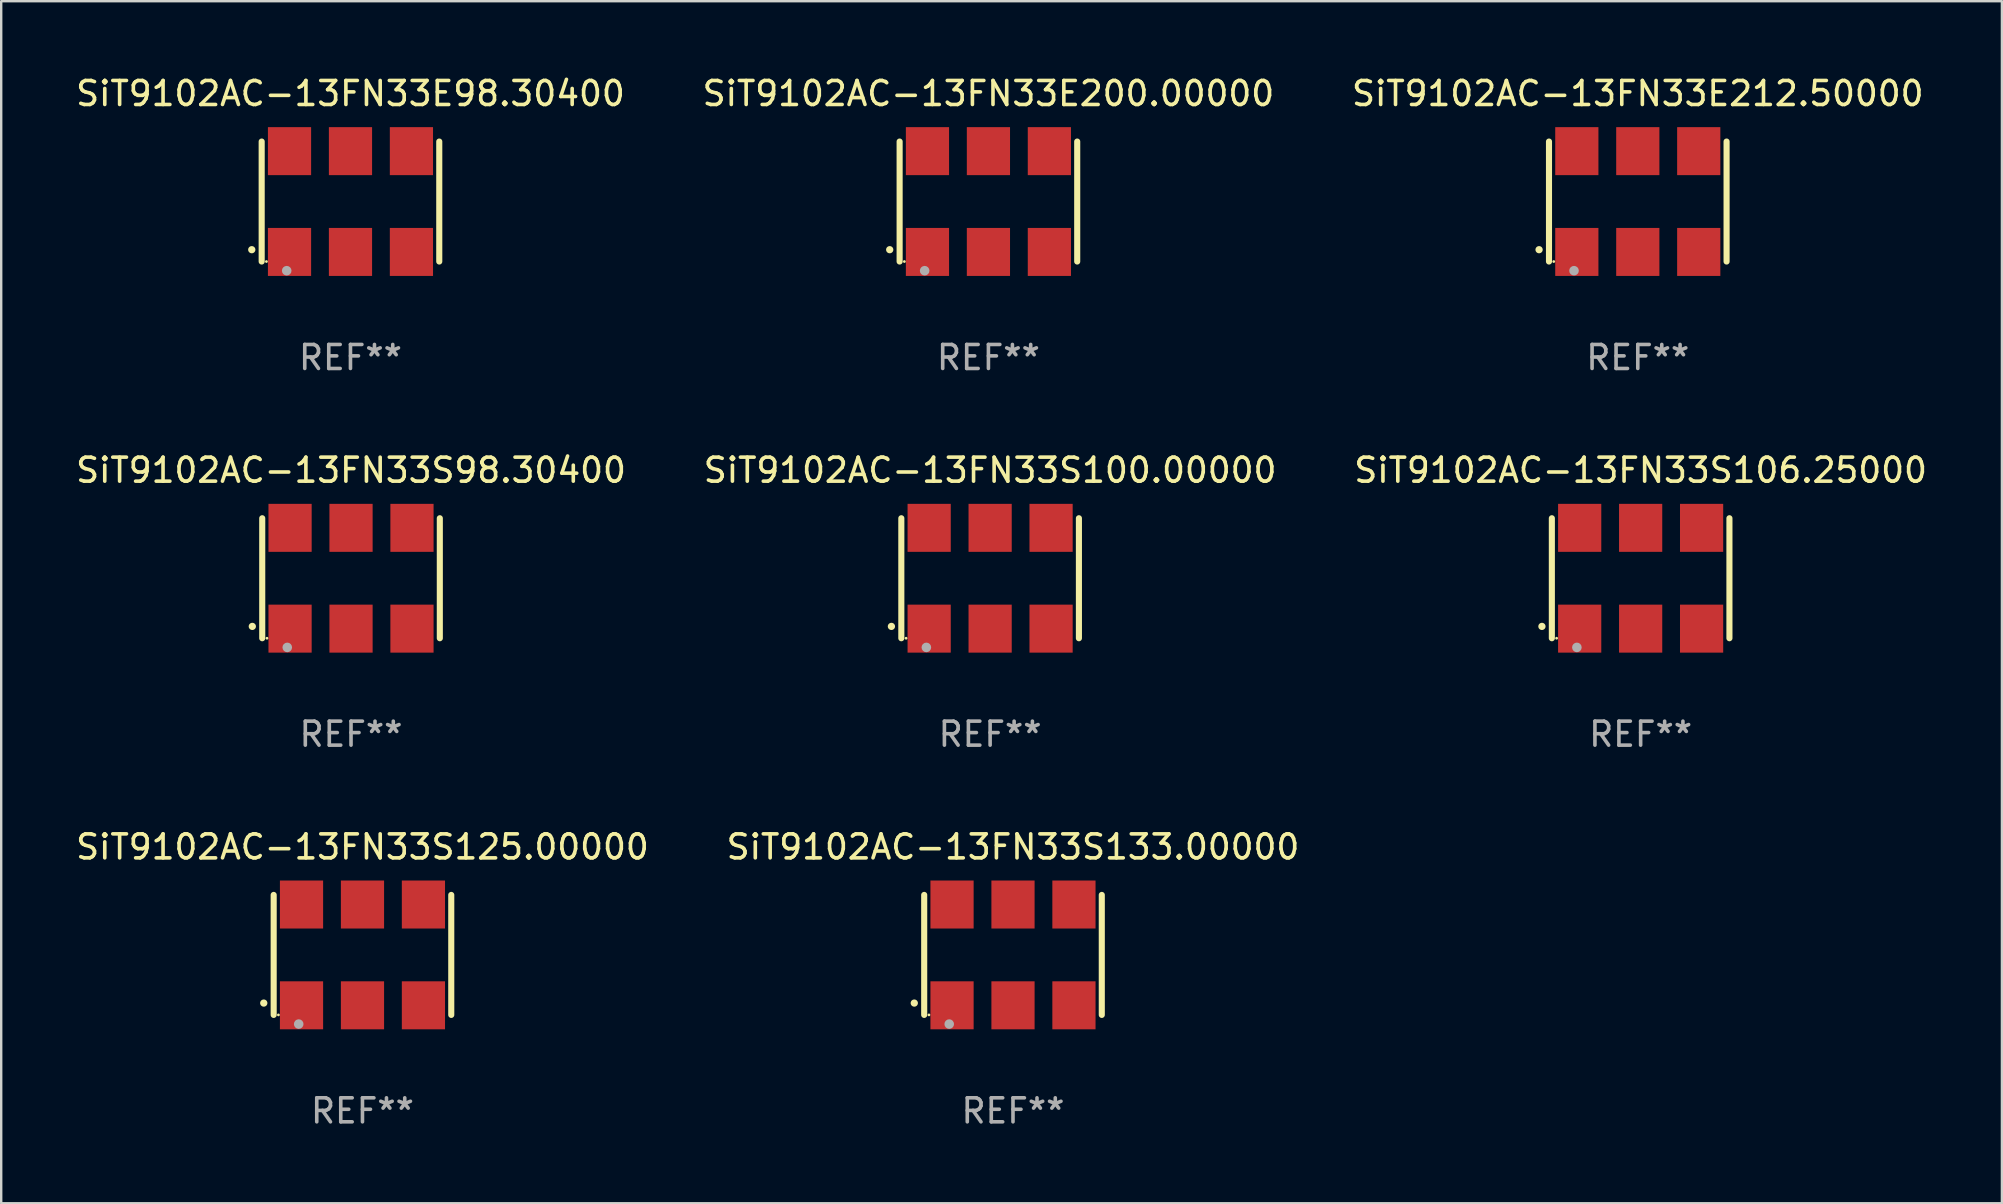
<source format=kicad_pcb>
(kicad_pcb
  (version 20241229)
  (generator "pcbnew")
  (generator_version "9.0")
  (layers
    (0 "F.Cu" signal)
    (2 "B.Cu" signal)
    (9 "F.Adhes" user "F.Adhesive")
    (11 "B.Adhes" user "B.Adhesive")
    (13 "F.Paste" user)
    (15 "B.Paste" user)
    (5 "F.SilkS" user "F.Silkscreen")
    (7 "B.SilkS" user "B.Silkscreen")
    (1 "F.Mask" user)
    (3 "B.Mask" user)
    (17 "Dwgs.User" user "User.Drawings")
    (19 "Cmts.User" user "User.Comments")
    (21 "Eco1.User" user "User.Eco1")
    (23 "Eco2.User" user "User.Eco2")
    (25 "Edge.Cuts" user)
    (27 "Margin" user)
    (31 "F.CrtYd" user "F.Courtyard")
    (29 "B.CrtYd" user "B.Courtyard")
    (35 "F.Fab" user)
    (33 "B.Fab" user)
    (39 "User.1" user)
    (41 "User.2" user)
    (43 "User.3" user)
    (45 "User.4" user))
  (footprint "SiT9102AC-13FN33E98.30400"
    (layer "F.Cu")
    (at 11.554 5.348)
    (property "Reference" "SiT9102AC-13FN33E98.30400" (at 0 -4.5 0) (layer "F.SilkS") (effects (font (size 1 1) (thickness 0.15))))
    (attr through_hole)
    (fp_line (start -3.7 -2.5) (end -3.7 2.5) (stroke (width 0.254) (type solid)) (layer "F.SilkS"))
    (fp_line (start 3.7 -2.5) (end 3.7 2.5) (stroke (width 0.254) (type solid)) (layer "F.SilkS"))
    (fp_arc (start -4.114415 2.006604) (mid -4.113145 2.006599) (end -4.111875 2.006604) (stroke (width 0.3) (type solid)) (layer "F.SilkS"))
    (fp_circle (center -3.502 2.5) (end -3.472 2.5) (stroke (width 0.06) (type solid)) (fill no) (layer "F.SilkS"))
    (fp_circle (center -2.657 2.882) (end -2.557 2.882) (stroke (width 0.2) (type solid)) (fill no) (layer "F.Fab"))
    (fp_text user "REF**" (at 0 6.5 0) (layer "F.Fab") (effects (font (size 1 1) (thickness 0.15))))
    (pad "1" smd rect (at -2.54 2.1) (size 1.8 2) (layers "F.Cu" "F.Mask" "F.Paste"))
    (pad "2" smd rect (at 0.000394 2.1) (size 1.8 2) (layers "F.Cu" "F.Mask" "F.Paste"))
    (pad "3" smd rect (at 2.54 2.1) (size 1.8 2) (layers "F.Cu" "F.Mask" "F.Paste"))
    (pad "4" smd rect (at 2.54 -2.1) (size 1.8 2) (layers "F.Cu" "F.Mask" "F.Paste"))
    (pad "5" smd rect (at 0.000394 -2.1) (size 1.8 2) (layers "F.Cu" "F.Mask" "F.Paste"))
    (pad "6" smd rect (at -2.54 -2.1) (size 1.8 2) (layers "F.Cu" "F.Mask" "F.Paste")))
  (footprint "SiT9102AC-13FN33S125.00000"
    (layer "F.Cu")
    (at 12.054 36.741)
    (property "Reference" "SiT9102AC-13FN33S125.00000" (at 0 -4.5 0) (layer "F.SilkS") (effects (font (size 1 1) (thickness 0.15))))
    (attr through_hole)
    (fp_line (start -3.7 -2.5) (end -3.7 2.5) (stroke (width 0.254) (type solid)) (layer "F.SilkS"))
    (fp_line (start 3.7 -2.5) (end 3.7 2.5) (stroke (width 0.254) (type solid)) (layer "F.SilkS"))
    (fp_arc (start -4.114415 2.006604) (mid -4.113145 2.006599) (end -4.111875 2.006604) (stroke (width 0.3) (type solid)) (layer "F.SilkS"))
    (fp_circle (center -3.502 2.5) (end -3.472 2.5) (stroke (width 0.06) (type solid)) (fill no) (layer "F.SilkS"))
    (fp_circle (center -2.657 2.882) (end -2.557 2.882) (stroke (width 0.2) (type solid)) (fill no) (layer "F.Fab"))
    (fp_text user "REF**" (at 0 6.5 0) (layer "F.Fab") (effects (font (size 1 1) (thickness 0.15))))
    (pad "1" smd rect (at -2.54 2.1) (size 1.8 2) (layers "F.Cu" "F.Mask" "F.Paste"))
    (pad "2" smd rect (at 0.000394 2.1) (size 1.8 2) (layers "F.Cu" "F.Mask" "F.Paste"))
    (pad "3" smd rect (at 2.54 2.1) (size 1.8 2) (layers "F.Cu" "F.Mask" "F.Paste"))
    (pad "4" smd rect (at 2.54 -2.1) (size 1.8 2) (layers "F.Cu" "F.Mask" "F.Paste"))
    (pad "5" smd rect (at 0.000394 -2.1) (size 1.8 2) (layers "F.Cu" "F.Mask" "F.Paste"))
    (pad "6" smd rect (at -2.54 -2.1) (size 1.8 2) (layers "F.Cu" "F.Mask" "F.Paste")))
  (footprint "SiT9102AC-13FN33S100.00000"
    (layer "F.Cu")
    (at 38.208 21.045)
    (property "Reference" "SiT9102AC-13FN33S100.00000" (at 0 -4.5 0) (layer "F.SilkS") (effects (font (size 1 1) (thickness 0.15))))
    (attr through_hole)
    (fp_line (start -3.7 -2.5) (end -3.7 2.5) (stroke (width 0.254) (type solid)) (layer "F.SilkS"))
    (fp_line (start 3.7 -2.5) (end 3.7 2.5) (stroke (width 0.254) (type solid)) (layer "F.SilkS"))
    (fp_arc (start -4.114415 2.006604) (mid -4.113145 2.006599) (end -4.111875 2.006604) (stroke (width 0.3) (type solid)) (layer "F.SilkS"))
    (fp_circle (center -3.502 2.5) (end -3.472 2.5) (stroke (width 0.06) (type solid)) (fill no) (layer "F.SilkS"))
    (fp_circle (center -2.657 2.882) (end -2.557 2.882) (stroke (width 0.2) (type solid)) (fill no) (layer "F.Fab"))
    (fp_text user "REF**" (at 0 6.5 0) (layer "F.Fab") (effects (font (size 1 1) (thickness 0.15))))
    (pad "1" smd rect (at -2.54 2.1) (size 1.8 2) (layers "F.Cu" "F.Mask" "F.Paste"))
    (pad "2" smd rect (at 0.000394 2.1) (size 1.8 2) (layers "F.Cu" "F.Mask" "F.Paste"))
    (pad "3" smd rect (at 2.54 2.1) (size 1.8 2) (layers "F.Cu" "F.Mask" "F.Paste"))
    (pad "4" smd rect (at 2.54 -2.1) (size 1.8 2) (layers "F.Cu" "F.Mask" "F.Paste"))
    (pad "5" smd rect (at 0.000394 -2.1) (size 1.8 2) (layers "F.Cu" "F.Mask" "F.Paste"))
    (pad "6" smd rect (at -2.54 -2.1) (size 1.8 2) (layers "F.Cu" "F.Mask" "F.Paste")))
  (footprint "SiT9102AC-13FN33E212.50000"
    (layer "F.Cu")
    (at 65.196 5.348)
    (property "Reference" "SiT9102AC-13FN33E212.50000" (at 0 -4.5 0) (layer "F.SilkS") (effects (font (size 1 1) (thickness 0.15))))
    (attr through_hole)
    (fp_line (start -3.7 -2.5) (end -3.7 2.5) (stroke (width 0.254) (type solid)) (layer "F.SilkS"))
    (fp_line (start 3.7 -2.5) (end 3.7 2.5) (stroke (width 0.254) (type solid)) (layer "F.SilkS"))
    (fp_arc (start -4.114415 2.006604) (mid -4.113145 2.006599) (end -4.111875 2.006604) (stroke (width 0.3) (type solid)) (layer "F.SilkS"))
    (fp_circle (center -3.502 2.5) (end -3.472 2.5) (stroke (width 0.06) (type solid)) (fill no) (layer "F.SilkS"))
    (fp_circle (center -2.657 2.882) (end -2.557 2.882) (stroke (width 0.2) (type solid)) (fill no) (layer "F.Fab"))
    (fp_text user "REF**" (at 0 6.5 0) (layer "F.Fab") (effects (font (size 1 1) (thickness 0.15))))
    (pad "1" smd rect (at -2.54 2.1) (size 1.8 2) (layers "F.Cu" "F.Mask" "F.Paste"))
    (pad "2" smd rect (at 0.000394 2.1) (size 1.8 2) (layers "F.Cu" "F.Mask" "F.Paste"))
    (pad "3" smd rect (at 2.54 2.1) (size 1.8 2) (layers "F.Cu" "F.Mask" "F.Paste"))
    (pad "4" smd rect (at 2.54 -2.1) (size 1.8 2) (layers "F.Cu" "F.Mask" "F.Paste"))
    (pad "5" smd rect (at 0.000394 -2.1) (size 1.8 2) (layers "F.Cu" "F.Mask" "F.Paste"))
    (pad "6" smd rect (at -2.54 -2.1) (size 1.8 2) (layers "F.Cu" "F.Mask" "F.Paste")))
  (footprint "SiT9102AC-13FN33S98.30400"
    (layer "F.Cu")
    (at 11.577 21.045)
    (property "Reference" "SiT9102AC-13FN33S98.30400" (at 0 -4.5 0) (layer "F.SilkS") (effects (font (size 1 1) (thickness 0.15))))
    (attr through_hole)
    (fp_line (start -3.7 -2.5) (end -3.7 2.5) (stroke (width 0.254) (type solid)) (layer "F.SilkS"))
    (fp_line (start 3.7 -2.5) (end 3.7 2.5) (stroke (width 0.254) (type solid)) (layer "F.SilkS"))
    (fp_arc (start -4.114415 2.006604) (mid -4.113145 2.006599) (end -4.111875 2.006604) (stroke (width 0.3) (type solid)) (layer "F.SilkS"))
    (fp_circle (center -3.502 2.5) (end -3.472 2.5) (stroke (width 0.06) (type solid)) (fill no) (layer "F.SilkS"))
    (fp_circle (center -2.657 2.882) (end -2.557 2.882) (stroke (width 0.2) (type solid)) (fill no) (layer "F.Fab"))
    (fp_text user "REF**" (at 0 6.5 0) (layer "F.Fab") (effects (font (size 1 1) (thickness 0.15))))
    (pad "1" smd rect (at -2.54 2.1) (size 1.8 2) (layers "F.Cu" "F.Mask" "F.Paste"))
    (pad "2" smd rect (at 0.000394 2.1) (size 1.8 2) (layers "F.Cu" "F.Mask" "F.Paste"))
    (pad "3" smd rect (at 2.54 2.1) (size 1.8 2) (layers "F.Cu" "F.Mask" "F.Paste"))
    (pad "4" smd rect (at 2.54 -2.1) (size 1.8 2) (layers "F.Cu" "F.Mask" "F.Paste"))
    (pad "5" smd rect (at 0.000394 -2.1) (size 1.8 2) (layers "F.Cu" "F.Mask" "F.Paste"))
    (pad "6" smd rect (at -2.54 -2.1) (size 1.8 2) (layers "F.Cu" "F.Mask" "F.Paste")))
  (footprint "SiT9102AC-13FN33S133.00000"
    (layer "F.Cu")
    (at 39.161 36.741)
    (property "Reference" "SiT9102AC-13FN33S133.00000" (at 0 -4.5 0) (layer "F.SilkS") (effects (font (size 1 1) (thickness 0.15))))
    (attr through_hole)
    (fp_line (start -3.7 -2.5) (end -3.7 2.5) (stroke (width 0.254) (type solid)) (layer "F.SilkS"))
    (fp_line (start 3.7 -2.5) (end 3.7 2.5) (stroke (width 0.254) (type solid)) (layer "F.SilkS"))
    (fp_arc (start -4.114415 2.006604) (mid -4.113145 2.006599) (end -4.111875 2.006604) (stroke (width 0.3) (type solid)) (layer "F.SilkS"))
    (fp_circle (center -3.502 2.5) (end -3.472 2.5) (stroke (width 0.06) (type solid)) (fill no) (layer "F.SilkS"))
    (fp_circle (center -2.657 2.882) (end -2.557 2.882) (stroke (width 0.2) (type solid)) (fill no) (layer "F.Fab"))
    (fp_text user "REF**" (at 0 6.5 0) (layer "F.Fab") (effects (font (size 1 1) (thickness 0.15))))
    (pad "1" smd rect (at -2.54 2.1) (size 1.8 2) (layers "F.Cu" "F.Mask" "F.Paste"))
    (pad "2" smd rect (at 0.000394 2.1) (size 1.8 2) (layers "F.Cu" "F.Mask" "F.Paste"))
    (pad "3" smd rect (at 2.54 2.1) (size 1.8 2) (layers "F.Cu" "F.Mask" "F.Paste"))
    (pad "4" smd rect (at 2.54 -2.1) (size 1.8 2) (layers "F.Cu" "F.Mask" "F.Paste"))
    (pad "5" smd rect (at 0.000394 -2.1) (size 1.8 2) (layers "F.Cu" "F.Mask" "F.Paste"))
    (pad "6" smd rect (at -2.54 -2.1) (size 1.8 2) (layers "F.Cu" "F.Mask" "F.Paste")))
  (footprint "SiT9102AC-13FN33E200.00000"
    (layer "F.Cu")
    (at 38.137 5.348)
    (property "Reference" "SiT9102AC-13FN33E200.00000" (at 0 -4.5 0) (layer "F.SilkS") (effects (font (size 1 1) (thickness 0.15))))
    (attr through_hole)
    (fp_line (start -3.7 -2.5) (end -3.7 2.5) (stroke (width 0.254) (type solid)) (layer "F.SilkS"))
    (fp_line (start 3.7 -2.5) (end 3.7 2.5) (stroke (width 0.254) (type solid)) (layer "F.SilkS"))
    (fp_arc (start -4.114415 2.006604) (mid -4.113145 2.006599) (end -4.111875 2.006604) (stroke (width 0.3) (type solid)) (layer "F.SilkS"))
    (fp_circle (center -3.502 2.5) (end -3.472 2.5) (stroke (width 0.06) (type solid)) (fill no) (layer "F.SilkS"))
    (fp_circle (center -2.657 2.882) (end -2.557 2.882) (stroke (width 0.2) (type solid)) (fill no) (layer "F.Fab"))
    (fp_text user "REF**" (at 0 6.5 0) (layer "F.Fab") (effects (font (size 1 1) (thickness 0.15))))
    (pad "1" smd rect (at -2.54 2.1) (size 1.8 2) (layers "F.Cu" "F.Mask" "F.Paste"))
    (pad "2" smd rect (at 0.000394 2.1) (size 1.8 2) (layers "F.Cu" "F.Mask" "F.Paste"))
    (pad "3" smd rect (at 2.54 2.1) (size 1.8 2) (layers "F.Cu" "F.Mask" "F.Paste"))
    (pad "4" smd rect (at 2.54 -2.1) (size 1.8 2) (layers "F.Cu" "F.Mask" "F.Paste"))
    (pad "5" smd rect (at 0.000394 -2.1) (size 1.8 2) (layers "F.Cu" "F.Mask" "F.Paste"))
    (pad "6" smd rect (at -2.54 -2.1) (size 1.8 2) (layers "F.Cu" "F.Mask" "F.Paste")))
  (footprint "SiT9102AC-13FN33S106.25000"
    (layer "F.Cu")
    (at 65.315 21.045)
    (property "Reference" "SiT9102AC-13FN33S106.25000" (at 0 -4.5 0) (layer "F.SilkS") (effects (font (size 1 1) (thickness 0.15))))
    (attr through_hole)
    (fp_line (start -3.7 -2.5) (end -3.7 2.5) (stroke (width 0.254) (type solid)) (layer "F.SilkS"))
    (fp_line (start 3.7 -2.5) (end 3.7 2.5) (stroke (width 0.254) (type solid)) (layer "F.SilkS"))
    (fp_arc (start -4.114415 2.006604) (mid -4.113145 2.006599) (end -4.111875 2.006604) (stroke (width 0.3) (type solid)) (layer "F.SilkS"))
    (fp_circle (center -3.502 2.5) (end -3.472 2.5) (stroke (width 0.06) (type solid)) (fill no) (layer "F.SilkS"))
    (fp_circle (center -2.657 2.882) (end -2.557 2.882) (stroke (width 0.2) (type solid)) (fill no) (layer "F.Fab"))
    (fp_text user "REF**" (at 0 6.5 0) (layer "F.Fab") (effects (font (size 1 1) (thickness 0.15))))
    (pad "1" smd rect (at -2.54 2.1) (size 1.8 2) (layers "F.Cu" "F.Mask" "F.Paste"))
    (pad "2" smd rect (at 0.000394 2.1) (size 1.8 2) (layers "F.Cu" "F.Mask" "F.Paste"))
    (pad "3" smd rect (at 2.54 2.1) (size 1.8 2) (layers "F.Cu" "F.Mask" "F.Paste"))
    (pad "4" smd rect (at 2.54 -2.1) (size 1.8 2) (layers "F.Cu" "F.Mask" "F.Paste"))
    (pad "5" smd rect (at 0.000394 -2.1) (size 1.8 2) (layers "F.Cu" "F.Mask" "F.Paste"))
    (pad "6" smd rect (at -2.54 -2.1) (size 1.8 2) (layers "F.Cu" "F.Mask" "F.Paste")))
  (gr_rect
    (start -3 -3)
    (end 80.369 47.09)
    (stroke (width 0.1) (type default))
    (fill no)
    (layer "Edge.Cuts")))
</source>
